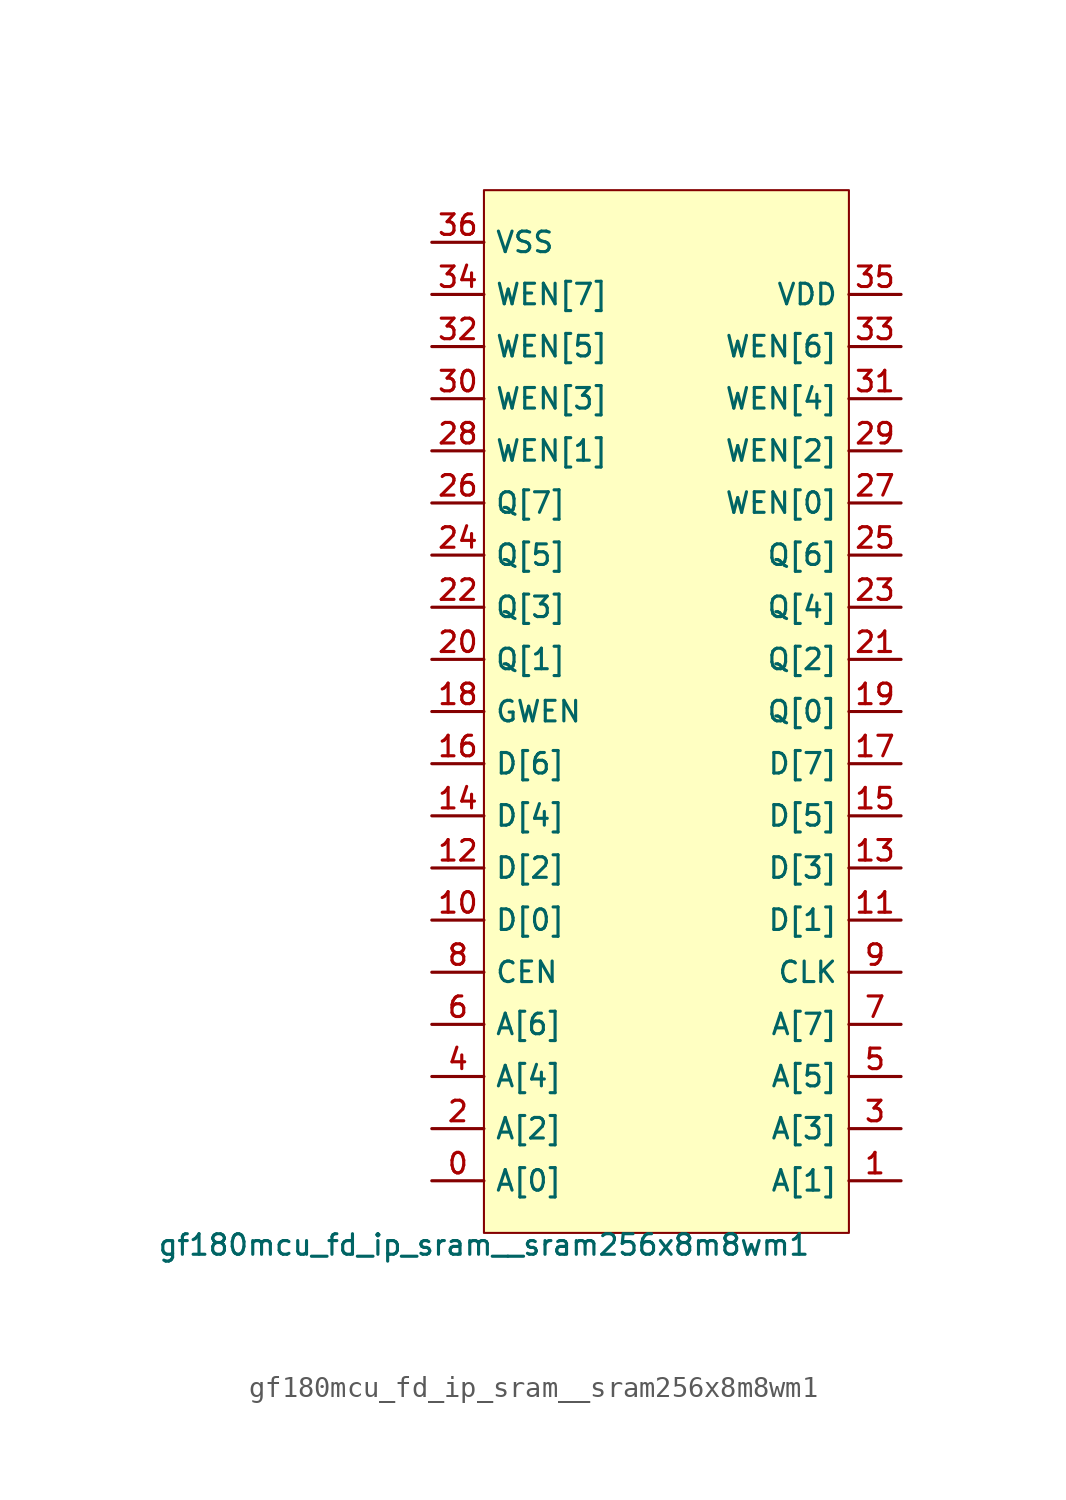
<source format=kicad_sym>
(kicad_symbol_lib
  (version 20211014)
  (generator pdk2kicad)
  (symbol "gf180mcu_fd_ip_sram__sram256x8m8wm1"
    (property "Reference" "X"
      (at 0 0 0)
      (effects (font (size 1 1)) hide))
    (property "Value" "gf180mcu_fd_ip_sram__sram256x8m8wm1"
      (at -8.89 -25.4 0)
      (effects (font (size 1 1)) (justify top)))
    (rectangle
      (start -8.89 -25.4)
      (end 8.89 25.4)
      (stroke (width 0.1) (type solid) (color 0 0 0 0))
      (fill (type background)))
    (pin bidirectional line
      (at -11.43 -22.86 0)
      (length 2.54)
      (name "A[0]" (effects (font (size 1 1)) hide))
      (number "0" (effects (font (size 1 1)) hide)))
    (pin bidirectional line
      (at 11.43 -22.86 180)
      (length 2.54)
      (name "A[1]" (effects (font (size 1 1)) hide))
      (number "1" (effects (font (size 1 1)) hide)))
    (pin bidirectional line
      (at -11.43 -20.32 0)
      (length 2.54)
      (name "A[2]" (effects (font (size 1 1)) hide))
      (number "2" (effects (font (size 1 1)) hide)))
    (pin bidirectional line
      (at 11.43 -20.32 180)
      (length 2.54)
      (name "A[3]" (effects (font (size 1 1)) hide))
      (number "3" (effects (font (size 1 1)) hide)))
    (pin bidirectional line
      (at -11.43 -17.78 0)
      (length 2.54)
      (name "A[4]" (effects (font (size 1 1)) hide))
      (number "4" (effects (font (size 1 1)) hide)))
    (pin bidirectional line
      (at 11.43 -17.78 180)
      (length 2.54)
      (name "A[5]" (effects (font (size 1 1)) hide))
      (number "5" (effects (font (size 1 1)) hide)))
    (pin bidirectional line
      (at -11.43 -15.24 0)
      (length 2.54)
      (name "A[6]" (effects (font (size 1 1)) hide))
      (number "6" (effects (font (size 1 1)) hide)))
    (pin bidirectional line
      (at 11.43 -15.24 180)
      (length 2.54)
      (name "A[7]" (effects (font (size 1 1)) hide))
      (number "7" (effects (font (size 1 1)) hide)))
    (pin bidirectional line
      (at -11.43 -12.7 0)
      (length 2.54)
      (name "CEN" (effects (font (size 1 1)) hide))
      (number "8" (effects (font (size 1 1)) hide)))
    (pin bidirectional line
      (at 11.43 -12.7 180)
      (length 2.54)
      (name "CLK" (effects (font (size 1 1)) hide))
      (number "9" (effects (font (size 1 1)) hide)))
    (pin bidirectional line
      (at -11.43 -10.16 0)
      (length 2.54)
      (name "D[0]" (effects (font (size 1 1)) hide))
      (number "10" (effects (font (size 1 1)) hide)))
    (pin bidirectional line
      (at 11.43 -10.16 180)
      (length 2.54)
      (name "D[1]" (effects (font (size 1 1)) hide))
      (number "11" (effects (font (size 1 1)) hide)))
    (pin bidirectional line
      (at -11.43 -7.62 0)
      (length 2.54)
      (name "D[2]" (effects (font (size 1 1)) hide))
      (number "12" (effects (font (size 1 1)) hide)))
    (pin bidirectional line
      (at 11.43 -7.62 180)
      (length 2.54)
      (name "D[3]" (effects (font (size 1 1)) hide))
      (number "13" (effects (font (size 1 1)) hide)))
    (pin bidirectional line
      (at -11.43 -5.08 0)
      (length 2.54)
      (name "D[4]" (effects (font (size 1 1)) hide))
      (number "14" (effects (font (size 1 1)) hide)))
    (pin bidirectional line
      (at 11.43 -5.08 180)
      (length 2.54)
      (name "D[5]" (effects (font (size 1 1)) hide))
      (number "15" (effects (font (size 1 1)) hide)))
    (pin bidirectional line
      (at -11.43 -2.54 0)
      (length 2.54)
      (name "D[6]" (effects (font (size 1 1)) hide))
      (number "16" (effects (font (size 1 1)) hide)))
    (pin bidirectional line
      (at 11.43 -2.54 180)
      (length 2.54)
      (name "D[7]" (effects (font (size 1 1)) hide))
      (number "17" (effects (font (size 1 1)) hide)))
    (pin bidirectional line
      (at -11.43 -3.552713678800501e-15 0)
      (length 2.54)
      (name "GWEN" (effects (font (size 1 1)) hide))
      (number "18" (effects (font (size 1 1)) hide)))
    (pin bidirectional line
      (at 11.43 -3.552713678800501e-15 180)
      (length 2.54)
      (name "Q[0]" (effects (font (size 1 1)) hide))
      (number "19" (effects (font (size 1 1)) hide)))
    (pin bidirectional line
      (at -11.43 2.54 0)
      (length 2.54)
      (name "Q[1]" (effects (font (size 1 1)) hide))
      (number "20" (effects (font (size 1 1)) hide)))
    (pin bidirectional line
      (at 11.43 2.54 180)
      (length 2.54)
      (name "Q[2]" (effects (font (size 1 1)) hide))
      (number "21" (effects (font (size 1 1)) hide)))
    (pin bidirectional line
      (at -11.43 5.08 0)
      (length 2.54)
      (name "Q[3]" (effects (font (size 1 1)) hide))
      (number "22" (effects (font (size 1 1)) hide)))
    (pin bidirectional line
      (at 11.43 5.08 180)
      (length 2.54)
      (name "Q[4]" (effects (font (size 1 1)) hide))
      (number "23" (effects (font (size 1 1)) hide)))
    (pin bidirectional line
      (at -11.43 7.62 0)
      (length 2.54)
      (name "Q[5]" (effects (font (size 1 1)) hide))
      (number "24" (effects (font (size 1 1)) hide)))
    (pin bidirectional line
      (at 11.43 7.62 180)
      (length 2.54)
      (name "Q[6]" (effects (font (size 1 1)) hide))
      (number "25" (effects (font (size 1 1)) hide)))
    (pin bidirectional line
      (at -11.43 10.16 0)
      (length 2.54)
      (name "Q[7]" (effects (font (size 1 1)) hide))
      (number "26" (effects (font (size 1 1)) hide)))
    (pin bidirectional line
      (at 11.43 10.16 180)
      (length 2.54)
      (name "WEN[0]" (effects (font (size 1 1)) hide))
      (number "27" (effects (font (size 1 1)) hide)))
    (pin bidirectional line
      (at -11.43 12.7 0)
      (length 2.54)
      (name "WEN[1]" (effects (font (size 1 1)) hide))
      (number "28" (effects (font (size 1 1)) hide)))
    (pin bidirectional line
      (at 11.43 12.7 180)
      (length 2.54)
      (name "WEN[2]" (effects (font (size 1 1)) hide))
      (number "29" (effects (font (size 1 1)) hide)))
    (pin bidirectional line
      (at -11.43 15.24 0)
      (length 2.54)
      (name "WEN[3]" (effects (font (size 1 1)) hide))
      (number "30" (effects (font (size 1 1)) hide)))
    (pin bidirectional line
      (at 11.43 15.24 180)
      (length 2.54)
      (name "WEN[4]" (effects (font (size 1 1)) hide))
      (number "31" (effects (font (size 1 1)) hide)))
    (pin bidirectional line
      (at -11.43 17.78 0)
      (length 2.54)
      (name "WEN[5]" (effects (font (size 1 1)) hide))
      (number "32" (effects (font (size 1 1)) hide)))
    (pin bidirectional line
      (at 11.43 17.78 180)
      (length 2.54)
      (name "WEN[6]" (effects (font (size 1 1)) hide))
      (number "33" (effects (font (size 1 1)) hide)))
    (pin bidirectional line
      (at -11.43 20.32 0)
      (length 2.54)
      (name "WEN[7]" (effects (font (size 1 1)) hide))
      (number "34" (effects (font (size 1 1)) hide)))
    (pin bidirectional line
      (at 11.43 20.32 180)
      (length 2.54)
      (name "VDD" (effects (font (size 1 1)) hide))
      (number "35" (effects (font (size 1 1)) hide)))
    (pin bidirectional line
      (at -11.43 22.86 0)
      (length 2.54)
      (name "VSS" (effects (font (size 1 1)) hide))
      (number "36" (effects (font (size 1 1)) hide)))))
</source>
